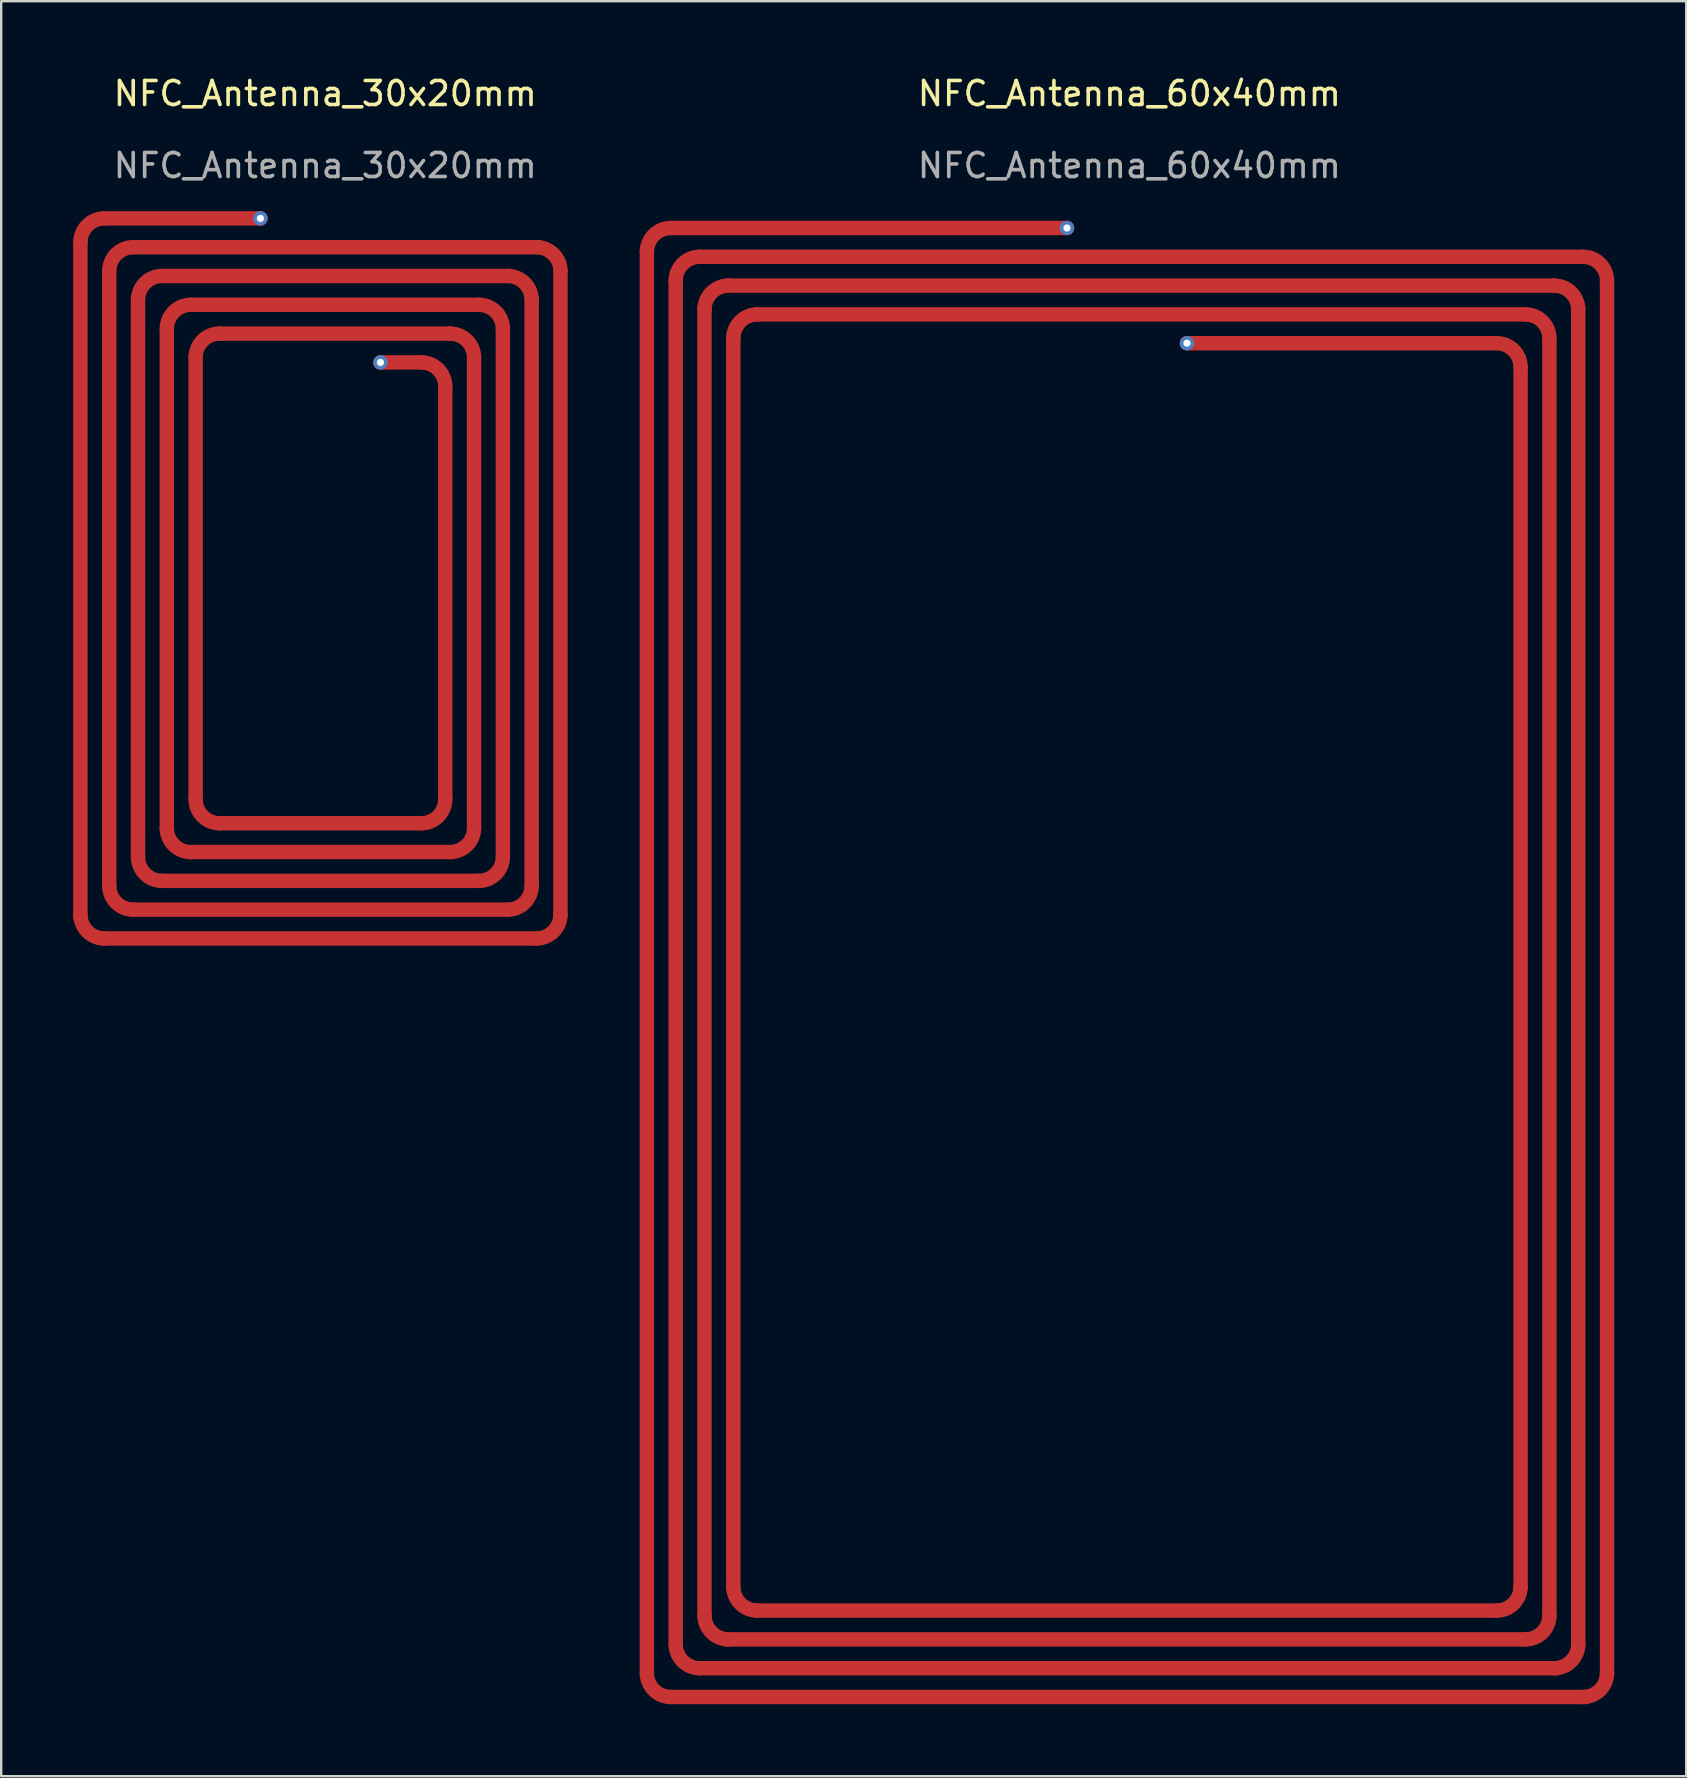
<source format=kicad_pcb>
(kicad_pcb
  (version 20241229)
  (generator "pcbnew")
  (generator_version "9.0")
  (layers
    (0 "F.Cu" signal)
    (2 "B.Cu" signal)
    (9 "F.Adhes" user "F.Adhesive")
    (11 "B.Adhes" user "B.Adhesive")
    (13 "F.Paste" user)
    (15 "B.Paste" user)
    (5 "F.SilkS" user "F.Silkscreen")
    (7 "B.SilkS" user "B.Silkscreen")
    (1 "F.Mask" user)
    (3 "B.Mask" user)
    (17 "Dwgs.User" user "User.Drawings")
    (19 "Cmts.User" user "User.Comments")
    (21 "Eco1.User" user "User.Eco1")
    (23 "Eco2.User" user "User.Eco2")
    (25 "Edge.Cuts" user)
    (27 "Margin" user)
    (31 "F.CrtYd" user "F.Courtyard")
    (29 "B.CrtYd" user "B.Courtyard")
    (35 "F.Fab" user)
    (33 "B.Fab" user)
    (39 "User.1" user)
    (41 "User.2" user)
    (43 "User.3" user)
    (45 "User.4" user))
  (footprint "NFC_Antenna_60x40mm"
    (layer "F.Cu")
    (at 43.9 37.648)
    (property "Reference" "NFC_Antenna_60x40mm" (at 0.1 -36.8 0) (unlocked yes) (layer "F.SilkS") (effects (font (size 1 1) (thickness 0.15))))
    (attr smd)
    (fp_line (start -20 -30.2) (end -20 29) (stroke (width 0.6) (type default)) (layer "F.Cu"))
    (fp_line (start -19 30) (end 19.1 30) (stroke (width 0.6) (type default)) (layer "F.Cu"))
    (fp_line (start -18.8 -29) (end -18.8 27.8) (stroke (width 0.6) (type default)) (layer "F.Cu"))
    (fp_line (start -17.8 28.8) (end 17.9 28.8) (stroke (width 0.6) (type default)) (layer "F.Cu"))
    (fp_line (start -17.6 -27.8) (end -17.6 26.6) (stroke (width 0.6) (type default)) (layer "F.Cu"))
    (fp_line (start -16.7 27.6) (end 16.6 27.6) (stroke (width 0.6) (type default)) (layer "F.Cu"))
    (fp_line (start -16.4 -26.6) (end -16.4 25.4) (stroke (width 0.6) (type default)) (layer "F.Cu"))
    (fp_line (start -15.4 26.4) (end 15.4 26.4) (stroke (width 0.6) (type default)) (layer "F.Cu"))
    (fp_line (start -2.5 -31.2) (end -19 -31.2) (stroke (width 0.6) (type default)) (layer "F.Cu"))
    (fp_line (start 15.4 -26.4) (end 2.5 -26.4) (stroke (width 0.6) (type default)) (layer "F.Cu"))
    (fp_line (start 16.4 -25.4) (end 16.4 25.4) (stroke (width 0.6) (type default)) (layer "F.Cu"))
    (fp_line (start 16.6 -27.6) (end -15.4 -27.6) (stroke (width 0.6) (type default)) (layer "F.Cu"))
    (fp_line (start 17.6 -26.6) (end 17.6 26.6) (stroke (width 0.6) (type default)) (layer "F.Cu"))
    (fp_line (start 17.8 -28.8) (end -16.6 -28.8) (stroke (width 0.6) (type default)) (layer "F.Cu"))
    (fp_line (start 18.8 -27.8) (end 18.8 27.9) (stroke (width 0.6) (type default)) (layer "F.Cu"))
    (fp_line (start 19 -30) (end -17.8 -30) (stroke (width 0.6) (type default)) (layer "F.Cu"))
    (fp_line (start 20 -29) (end 20 29.1) (stroke (width 0.6) (type default)) (layer "F.Cu"))
    (fp_arc (start -20 -30.2) (mid -19.707107 -30.907107) (end -19 -31.2) (stroke (width 0.6) (type default)) (layer "F.Cu"))
    (fp_arc (start -19 30) (mid -19.707107 29.707107) (end -20 29) (stroke (width 0.6) (type default)) (layer "F.Cu"))
    (fp_arc (start -18.8 -29) (mid -18.507107 -29.707107) (end -17.8 -30) (stroke (width 0.6) (type default)) (layer "F.Cu"))
    (fp_arc (start -17.8 28.8) (mid -18.507107 28.507107) (end -18.8 27.8) (stroke (width 0.6) (type default)) (layer "F.Cu"))
    (fp_arc (start -17.6 -27.8) (mid -17.307107 -28.507107) (end -16.6 -28.8) (stroke (width 0.6) (type default)) (layer "F.Cu"))
    (fp_arc (start -16.6 27.6) (mid -17.307107 27.307107) (end -17.6 26.6) (stroke (width 0.6) (type default)) (layer "F.Cu"))
    (fp_arc (start -16.4 -26.6) (mid -16.107107 -27.307107) (end -15.4 -27.6) (stroke (width 0.6) (type default)) (layer "F.Cu"))
    (fp_arc (start -15.4 26.4) (mid -16.107107 26.107107) (end -16.4 25.4) (stroke (width 0.6) (type default)) (layer "F.Cu"))
    (fp_arc (start 15.4 -26.4) (mid 16.107107 -26.107107) (end 16.4 -25.4) (stroke (width 0.6) (type default)) (layer "F.Cu"))
    (fp_arc (start 16.4 25.4) (mid 16.107107 26.107107) (end 15.4 26.4) (stroke (width 0.6) (type default)) (layer "F.Cu"))
    (fp_arc (start 16.6 -27.6) (mid 17.307107 -27.307107) (end 17.6 -26.6) (stroke (width 0.6) (type default)) (layer "F.Cu"))
    (fp_arc (start 17.6 26.6) (mid 17.307107 27.307107) (end 16.6 27.6) (stroke (width 0.6) (type default)) (layer "F.Cu"))
    (fp_arc (start 17.8 -28.8) (mid 18.507107 -28.507107) (end 18.8 -27.8) (stroke (width 0.6) (type default)) (layer "F.Cu"))
    (fp_arc (start 18.8 27.8) (mid 18.507107 28.507107) (end 17.8 28.8) (stroke (width 0.6) (type default)) (layer "F.Cu"))
    (fp_arc (start 19 -30) (mid 19.707107 -29.707107) (end 20 -29) (stroke (width 0.6) (type default)) (layer "F.Cu"))
    (fp_arc (start 20 29) (mid 19.707107 29.707107) (end 19 30) (stroke (width 0.6) (type default)) (layer "F.Cu"))
    (fp_text user "${REFERENCE}" (at 0.1 -33.8 0) (unlocked yes) (layer "F.Fab") (effects (font (size 1 1) (thickness 0.15))))
    (pad "1" thru_hole circle (at -2.5 -31.2) (size 0.6 0.6) (drill 0.3) (layers "F.Cu" "F.Mask" "F.Paste"))
    (pad "2" thru_hole circle (at 2.5 -26.4) (size 0.6 0.6) (drill 0.3) (layers "F.Cu" "F.Mask" "F.Paste")))
  (footprint "NFC_Antenna_30x20mm"
    (layer "F.Cu")
    (at 10.3 21.048)
    (property "Reference" "NFC_Antenna_30x20mm" (at 0.2 -20.2 0) (unlocked yes) (layer "F.SilkS") (effects (font (size 1 1) (thickness 0.15))))
    (attr smd)
    (fp_line (start -10 -14) (end -10 14.1) (stroke (width 0.6) (type default)) (layer "F.Cu"))
    (fp_line (start -9 -15) (end -2.5 -15) (stroke (width 0.6) (type default)) (layer "F.Cu"))
    (fp_line (start -9 15) (end 9 15) (stroke (width 0.6) (type default)) (layer "F.Cu"))
    (fp_line (start -8.8 -12.8) (end -8.8 12.8) (stroke (width 0.6) (type default)) (layer "F.Cu"))
    (fp_line (start -7.8 -13.8) (end 9.1 -13.8) (stroke (width 0.6) (type default)) (layer "F.Cu"))
    (fp_line (start -7.8 13.8) (end 7.8 13.8) (stroke (width 0.6) (type default)) (layer "F.Cu"))
    (fp_line (start -7.6 -11.6) (end -7.6 11.6) (stroke (width 0.6) (type default)) (layer "F.Cu"))
    (fp_line (start -6.6 -12.6) (end 7.8 -12.6) (stroke (width 0.6) (type default)) (layer "F.Cu"))
    (fp_line (start -6.6 12.6) (end 6.6 12.6) (stroke (width 0.6) (type default)) (layer "F.Cu"))
    (fp_line (start -6.4 -10.4) (end -6.4 10.4) (stroke (width 0.6) (type default)) (layer "F.Cu"))
    (fp_line (start -5.4 -11.4) (end 6.6 -11.4) (stroke (width 0.6) (type default)) (layer "F.Cu"))
    (fp_line (start -5.4 11.4) (end 5.4 11.4) (stroke (width 0.6) (type default)) (layer "F.Cu"))
    (fp_line (start -5.2 -9.2) (end -5.2 9.2) (stroke (width 0.6) (type default)) (layer "F.Cu"))
    (fp_line (start -4.2 -10.2) (end 5.4 -10.2) (stroke (width 0.6) (type default)) (layer "F.Cu"))
    (fp_line (start -4.2 10.2) (end 4.2 10.2) (stroke (width 0.6) (type default)) (layer "F.Cu"))
    (fp_line (start 2.5 -9) (end 4.2 -9) (stroke (width 0.6) (type default)) (layer "F.Cu"))
    (fp_line (start 5.2 -8) (end 5.2 9.2) (stroke (width 0.6) (type default)) (layer "F.Cu"))
    (fp_line (start 6.4 -9.2) (end 6.4 10.4) (stroke (width 0.6) (type default)) (layer "F.Cu"))
    (fp_line (start 7.6 -10.4) (end 7.6 11.6) (stroke (width 0.6) (type default)) (layer "F.Cu"))
    (fp_line (start 8.8 -11.6) (end 8.8 12.8) (stroke (width 0.6) (type default)) (layer "F.Cu"))
    (fp_line (start 10 -12.8) (end 10 14) (stroke (width 0.6) (type default)) (layer "F.Cu"))
    (fp_arc (start -10 -14) (mid -9.707107 -14.707107) (end -9 -15) (stroke (width 0.6) (type default)) (layer "F.Cu"))
    (fp_arc (start -9 15) (mid -9.707107 14.707107) (end -10 14) (stroke (width 0.6) (type default)) (layer "F.Cu"))
    (fp_arc (start -8.8 -12.8) (mid -8.507107 -13.507107) (end -7.8 -13.8) (stroke (width 0.6) (type default)) (layer "F.Cu"))
    (fp_arc (start -7.8 13.8) (mid -8.507107 13.507107) (end -8.8 12.8) (stroke (width 0.6) (type default)) (layer "F.Cu"))
    (fp_arc (start -7.6 -11.6) (mid -7.307107 -12.307107) (end -6.6 -12.6) (stroke (width 0.6) (type default)) (layer "F.Cu"))
    (fp_arc (start -6.6 12.6) (mid -7.307107 12.307107) (end -7.6 11.6) (stroke (width 0.6) (type default)) (layer "F.Cu"))
    (fp_arc (start -6.4 -10.4) (mid -6.107107 -11.107107) (end -5.4 -11.4) (stroke (width 0.6) (type default)) (layer "F.Cu"))
    (fp_arc (start -5.4 11.4) (mid -6.107107 11.107107) (end -6.4 10.4) (stroke (width 0.6) (type default)) (layer "F.Cu"))
    (fp_arc (start -5.2 -9.2) (mid -4.907107 -9.907107) (end -4.2 -10.2) (stroke (width 0.6) (type default)) (layer "F.Cu"))
    (fp_arc (start -4.2 10.2) (mid -4.907107 9.907107) (end -5.2 9.2) (stroke (width 0.6) (type default)) (layer "F.Cu"))
    (fp_arc (start 4.2 -9) (mid 4.907107 -8.707107) (end 5.2 -8) (stroke (width 0.6) (type default)) (layer "F.Cu"))
    (fp_arc (start 5.2 9.2) (mid 4.907107 9.907107) (end 4.2 10.2) (stroke (width 0.6) (type default)) (layer "F.Cu"))
    (fp_arc (start 5.4 -10.2) (mid 6.107107 -9.907107) (end 6.4 -9.2) (stroke (width 0.6) (type default)) (layer "F.Cu"))
    (fp_arc (start 6.4 10.4) (mid 6.107107 11.107107) (end 5.4 11.4) (stroke (width 0.6) (type default)) (layer "F.Cu"))
    (fp_arc (start 6.6 -11.4) (mid 7.307107 -11.107107) (end 7.6 -10.4) (stroke (width 0.6) (type default)) (layer "F.Cu"))
    (fp_arc (start 7.6 11.6) (mid 7.307107 12.307107) (end 6.6 12.6) (stroke (width 0.6) (type default)) (layer "F.Cu"))
    (fp_arc (start 7.8 -12.6) (mid 8.507107 -12.307107) (end 8.8 -11.6) (stroke (width 0.6) (type default)) (layer "F.Cu"))
    (fp_arc (start 8.8 12.8) (mid 8.507107 13.507107) (end 7.8 13.8) (stroke (width 0.6) (type default)) (layer "F.Cu"))
    (fp_arc (start 9 -13.8) (mid 9.707107 -13.507107) (end 10 -12.8) (stroke (width 0.6) (type default)) (layer "F.Cu"))
    (fp_arc (start 9.999998 14) (mid 9.707105 14.707107) (end 8.999998 15) (stroke (width 0.6) (type default)) (layer "F.Cu"))
    (fp_text user "${REFERENCE}" (at 0.2 -17.2 0) (unlocked yes) (layer "F.Fab") (effects (font (size 1 1) (thickness 0.15))))
    (pad "1" thru_hole circle (at -2.5 -15) (size 0.6 0.6) (drill 0.3) (layers "*.Cu" "*.Mask"))
    (pad "2" thru_hole circle (at 2.5 -9) (size 0.6 0.6) (drill 0.3) (layers "*.Cu" "*.Mask")))
  (gr_rect
    (start -3 -3)
    (end 67.2 70.948)
    (stroke (width 0.1) (type default))
    (fill no)
    (layer "Edge.Cuts")))
</source>
